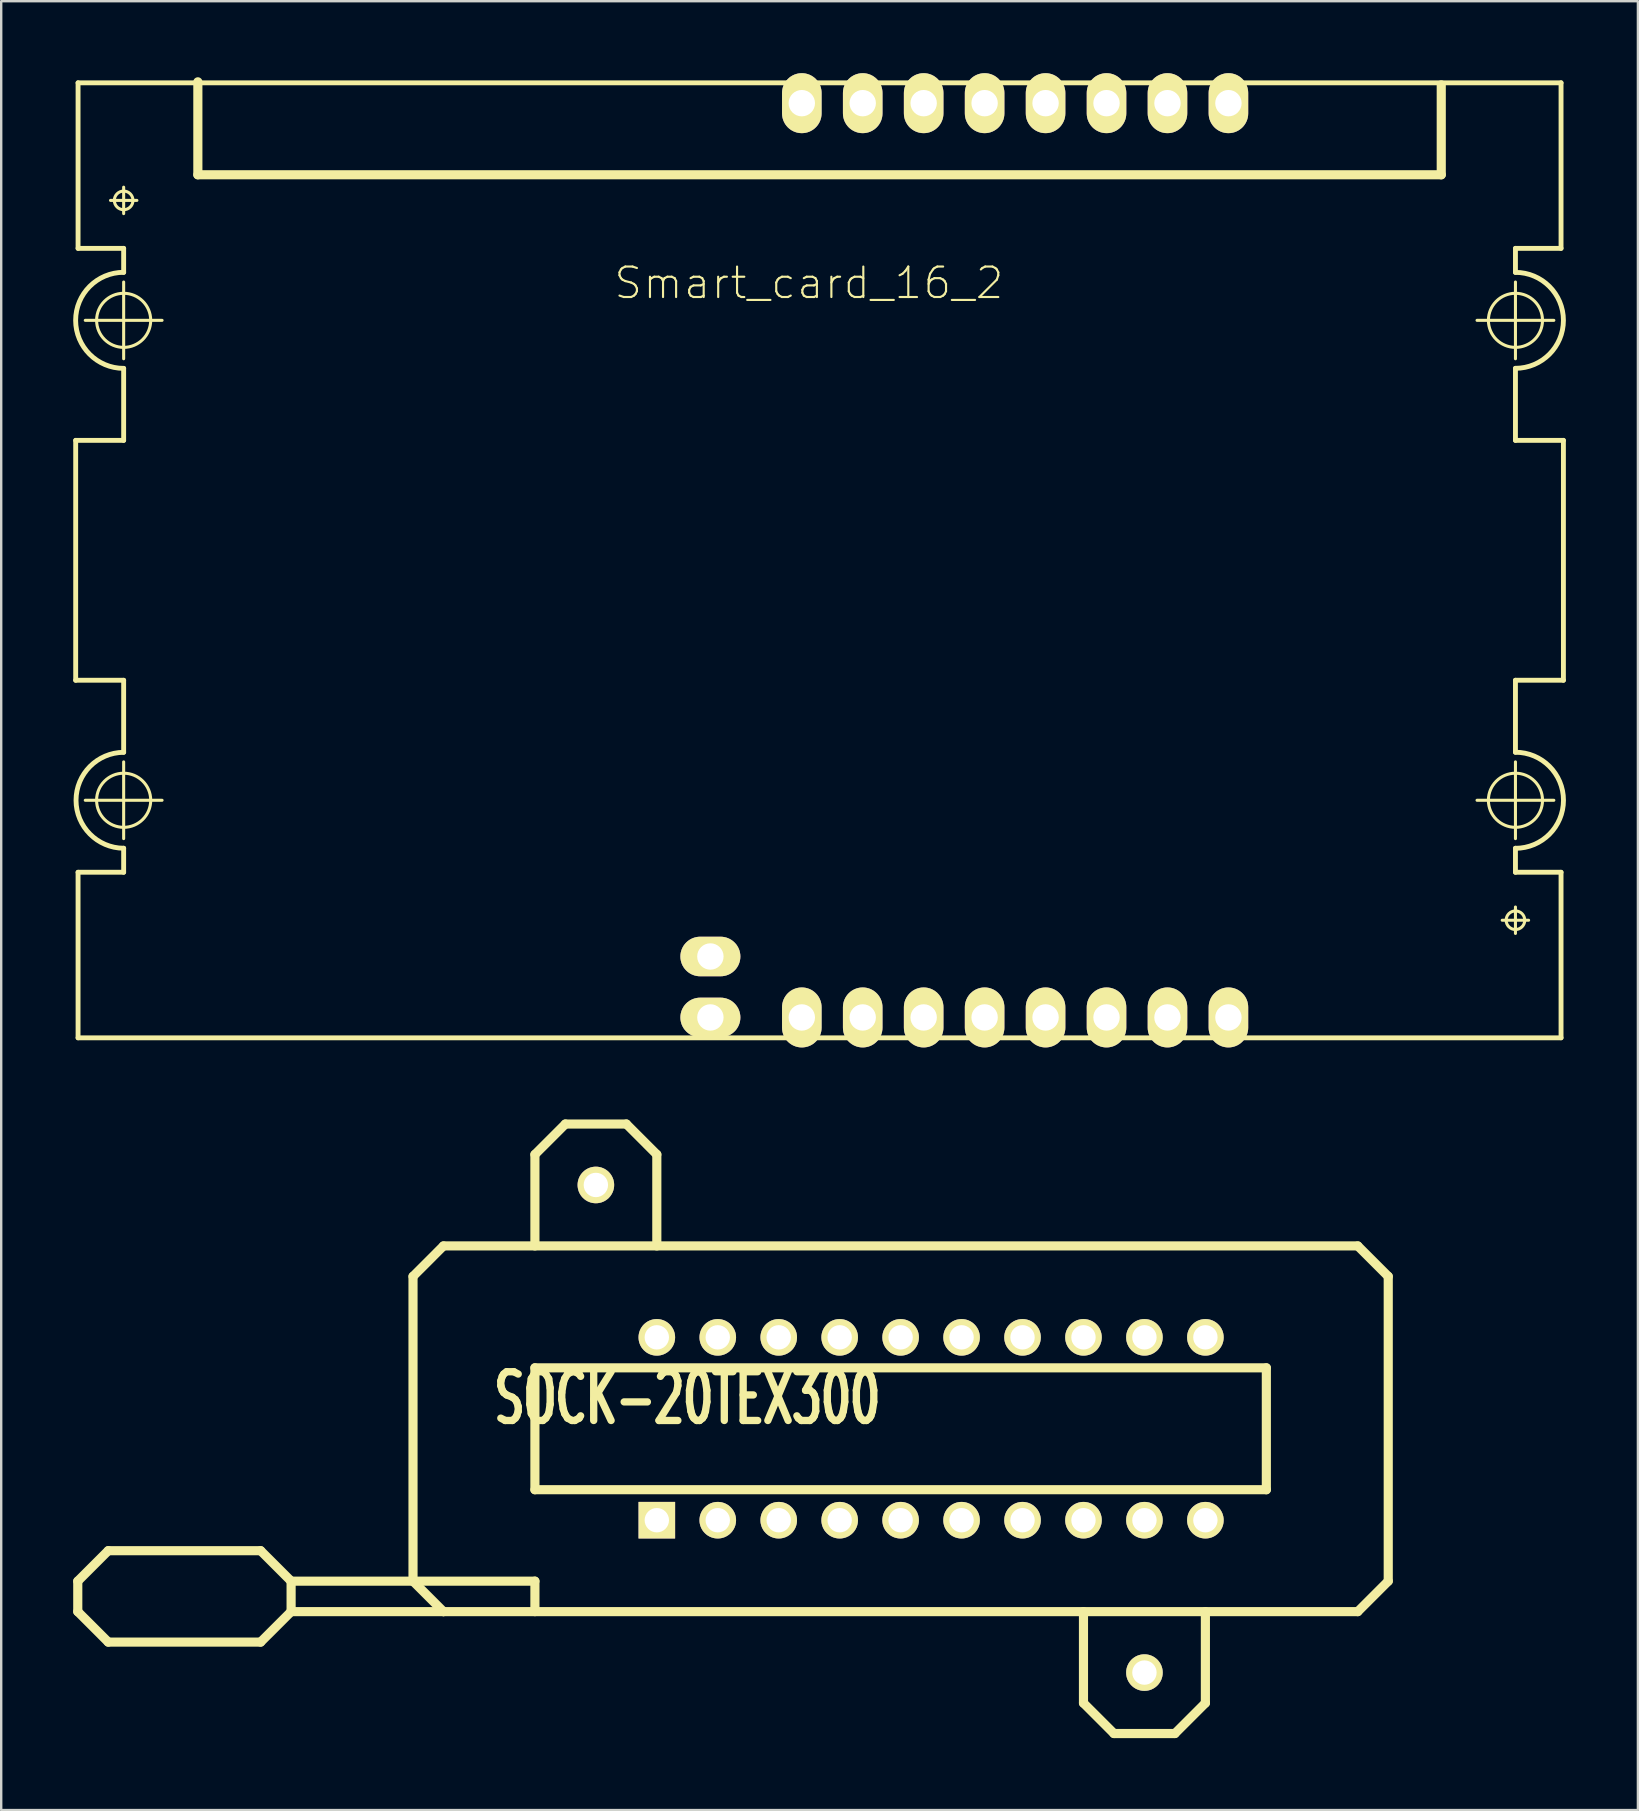
<source format=kicad_pcb>
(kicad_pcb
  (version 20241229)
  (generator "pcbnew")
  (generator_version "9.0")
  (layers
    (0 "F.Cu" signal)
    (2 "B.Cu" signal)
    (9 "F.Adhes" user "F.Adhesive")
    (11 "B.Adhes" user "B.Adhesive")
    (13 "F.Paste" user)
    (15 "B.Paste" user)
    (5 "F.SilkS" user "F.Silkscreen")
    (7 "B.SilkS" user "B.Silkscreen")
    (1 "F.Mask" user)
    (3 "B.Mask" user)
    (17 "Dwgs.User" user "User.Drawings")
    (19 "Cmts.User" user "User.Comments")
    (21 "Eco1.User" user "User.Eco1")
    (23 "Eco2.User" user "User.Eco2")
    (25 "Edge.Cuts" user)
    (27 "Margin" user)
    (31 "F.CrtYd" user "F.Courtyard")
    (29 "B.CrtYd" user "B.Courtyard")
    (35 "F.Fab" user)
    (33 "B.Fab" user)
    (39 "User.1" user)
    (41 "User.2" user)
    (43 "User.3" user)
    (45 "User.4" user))
  (footprint "Smart_card_16_2"
    (layer "F.Cu")
    (at 30.658 20.175)
    (property "Reference" "Smart_card_16_2" (at 0 -11.43 0) (layer "F.SilkS") (effects (font (size 1.27 1.27) (thickness 0.089))))
    (attr exclude_from_pos_files exclude_from_bom)
    (fp_line (start -30.554 -4.874) (end -28.555 -4.874) (stroke (width 0.203) (type solid)) (layer "F.SilkS"))
    (fp_line (start -30.554 5.123) (end -30.554 -4.874) (stroke (width 0.203) (type solid)) (layer "F.SilkS"))
    (fp_line (start -30.455 -12.875) (end -30.455 -19.774) (stroke (width 0.203) (type solid)) (layer "F.SilkS"))
    (fp_line (start -30.455 13.124) (end -28.555 13.124) (stroke (width 0.203) (type solid)) (layer "F.SilkS"))
    (fp_line (start -30.455 20.023) (end -30.455 13.124) (stroke (width 0.203) (type solid)) (layer "F.SilkS"))
    (fp_line (start -30.455 20.023) (end 31.344 20.023) (stroke (width 0.203) (type solid)) (layer "F.SilkS"))
    (fp_line (start -28.555 -14.323) (end -28.555 -15.425) (stroke (width 0.127) (type solid)) (layer "F.SilkS"))
    (fp_line (start -28.555 -12.875) (end -30.455 -12.875) (stroke (width 0.203) (type solid)) (layer "F.SilkS"))
    (fp_line (start -28.555 -11.874) (end -28.555 -12.875) (stroke (width 0.203) (type solid)) (layer "F.SilkS"))
    (fp_line (start -28.555 -8.275) (end -28.555 -11.473) (stroke (width 0.127) (type solid)) (layer "F.SilkS"))
    (fp_line (start -28.555 -4.874) (end -28.555 -7.874) (stroke (width 0.203) (type solid)) (layer "F.SilkS"))
    (fp_line (start -28.555 5.123) (end -30.554 5.123) (stroke (width 0.203) (type solid)) (layer "F.SilkS"))
    (fp_line (start -28.555 8.123) (end -28.555 5.123) (stroke (width 0.203) (type solid)) (layer "F.SilkS"))
    (fp_line (start -28.555 11.722) (end -28.555 8.524) (stroke (width 0.127) (type solid)) (layer "F.SilkS"))
    (fp_line (start -28.555 13.124) (end -28.555 12.123) (stroke (width 0.203) (type solid)) (layer "F.SilkS"))
    (fp_line (start -28.003 -14.874) (end -29.103 -14.874) (stroke (width 0.127) (type solid)) (layer "F.SilkS"))
    (fp_line (start -26.954 -9.876) (end -30.155 -9.876) (stroke (width 0.127) (type solid)) (layer "F.SilkS"))
    (fp_line (start -26.954 10.124) (end -30.155 10.124) (stroke (width 0.127) (type solid)) (layer "F.SilkS"))
    (fp_line (start -25.463 -15.941) (end -25.463 -19.815) (stroke (width 0.381) (type solid)) (layer "F.SilkS"))
    (fp_line (start 26.352 -19.688) (end 26.352 -15.941) (stroke (width 0.381) (type solid)) (layer "F.SilkS"))
    (fp_line (start 26.352 -15.941) (end -25.463 -15.941) (stroke (width 0.381) (type solid)) (layer "F.SilkS"))
    (fp_line (start 29.444 -12.875) (end 31.344 -12.875) (stroke (width 0.203) (type solid)) (layer "F.SilkS"))
    (fp_line (start 29.444 -11.874) (end 29.444 -12.875) (stroke (width 0.203) (type solid)) (layer "F.SilkS"))
    (fp_line (start 29.444 -8.275) (end 29.444 -11.473) (stroke (width 0.127) (type solid)) (layer "F.SilkS"))
    (fp_line (start 29.444 -4.874) (end 29.444 -7.874) (stroke (width 0.203) (type solid)) (layer "F.SilkS"))
    (fp_line (start 29.444 5.123) (end 31.443 5.123) (stroke (width 0.203) (type solid)) (layer "F.SilkS"))
    (fp_line (start 29.444 8.123) (end 29.444 5.123) (stroke (width 0.203) (type solid)) (layer "F.SilkS"))
    (fp_line (start 29.444 11.722) (end 29.444 8.524) (stroke (width 0.127) (type solid)) (layer "F.SilkS"))
    (fp_line (start 29.444 13.124) (end 29.444 12.123) (stroke (width 0.203) (type solid)) (layer "F.SilkS"))
    (fp_line (start 29.444 15.674) (end 29.444 14.572) (stroke (width 0.127) (type solid)) (layer "F.SilkS"))
    (fp_line (start 29.992 15.123) (end 28.892 15.123) (stroke (width 0.127) (type solid)) (layer "F.SilkS"))
    (fp_line (start 31.044 -9.876) (end 27.843 -9.876) (stroke (width 0.127) (type solid)) (layer "F.SilkS"))
    (fp_line (start 31.044 10.124) (end 27.843 10.124) (stroke (width 0.127) (type solid)) (layer "F.SilkS"))
    (fp_line (start 31.344 -19.774) (end -30.455 -19.774) (stroke (width 0.203) (type solid)) (layer "F.SilkS"))
    (fp_line (start 31.344 -12.875) (end 31.344 -19.774) (stroke (width 0.203) (type solid)) (layer "F.SilkS"))
    (fp_line (start 31.344 13.124) (end 29.444 13.124) (stroke (width 0.203) (type solid)) (layer "F.SilkS"))
    (fp_line (start 31.344 20.023) (end 31.344 13.124) (stroke (width 0.203) (type solid)) (layer "F.SilkS"))
    (fp_line (start 31.443 -4.874) (end 29.444 -4.874) (stroke (width 0.203) (type solid)) (layer "F.SilkS"))
    (fp_line (start 31.443 5.123) (end 31.443 -4.874) (stroke (width 0.203) (type solid)) (layer "F.SilkS"))
    (fp_arc (start -28.55468 -7.874) (mid -30.5562 -9.87552) (end -28.55468 -11.87704) (stroke (width 0.2032) (type solid)) (layer "F.SilkS"))
    (fp_arc (start -28.55468 12.12342) (mid -30.55366 10.12444) (end -28.55468 8.12546) (stroke (width 0.2032) (type solid)) (layer "F.SilkS"))
    (fp_arc (start 29.44368 -11.8745) (mid 31.44266 -9.87552) (end 29.44368 -7.87654) (stroke (width 0.2032) (type solid)) (layer "F.SilkS"))
    (fp_arc (start 29.44368 8.12292) (mid 31.4452 10.12444) (end 29.44368 12.12596) (stroke (width 0.2032) (type solid)) (layer "F.SilkS"))
    (fp_circle (center -28.555 -14.874) (end -28.829 -15.149) (stroke (width 0.127) (type solid)) (fill no) (layer "F.SilkS"))
    (fp_circle (center -28.555 -9.876) (end -29.352 -10.673) (stroke (width 0.127) (type solid)) (fill no) (layer "F.SilkS"))
    (fp_circle (center -28.555 10.124) (end -29.352 10.922) (stroke (width 0.127) (type solid)) (fill no) (layer "F.SilkS"))
    (fp_circle (center 29.444 -9.876) (end 30.241 -10.673) (stroke (width 0.127) (type solid)) (fill no) (layer "F.SilkS"))
    (fp_circle (center 29.444 10.124) (end 30.241 10.922) (stroke (width 0.127) (type solid)) (fill no) (layer "F.SilkS"))
    (fp_circle (center 29.444 15.123) (end 29.718 15.397) (stroke (width 0.127) (type solid)) (fill no) (layer "F.SilkS"))
    (fp_text user "" (at 0 5.08 0) (layer "F.SilkS") (effects (font (size 1.27 1.27) (thickness 0.089))))
    (pad "C1" thru_hole oval (at 7.323 19.174 90) (size 2.499 1.648) (drill 1.1) (layers "*.Cu" "F.Mask" "F.SilkS" "F.Paste"))
    (pad "C2" thru_hole oval (at 4.783 19.174 90) (size 2.499 1.648) (drill 1.1) (layers "*.Cu" "F.Mask" "F.SilkS" "F.Paste"))
    (pad "C3" thru_hole oval (at 2.243 19.174 90) (size 2.499 1.648) (drill 1.1) (layers "*.Cu" "F.Mask" "F.SilkS" "F.Paste"))
    (pad "C4" thru_hole oval (at -0.295 19.174 90) (size 2.499 1.648) (drill 1.1) (layers "*.Cu" "F.Mask" "F.SilkS" "F.Paste"))
    (pad "C5" thru_hole oval (at 7.323 -18.926 90) (size 2.499 1.648) (drill 1.1) (layers "*.Cu" "F.Mask" "F.SilkS" "F.Paste"))
    (pad "C6" thru_hole oval (at 4.783 -18.926 90) (size 2.499 1.648) (drill 1.1) (layers "*.Cu" "F.Mask" "F.SilkS" "F.Paste"))
    (pad "C7" thru_hole oval (at 2.243 -18.926 90) (size 2.499 1.648) (drill 1.1) (layers "*.Cu" "F.Mask" "F.SilkS" "F.Paste"))
    (pad "C8" thru_hole oval (at -0.295 -18.926 90) (size 2.499 1.648) (drill 1.1) (layers "*.Cu" "F.Mask" "F.SilkS" "F.Paste"))
    (pad "C_1" thru_hole oval (at 9.863 -18.926 90) (size 2.499 1.648) (drill 1.1) (layers "*.Cu" "F.Mask" "F.SilkS" "F.Paste"))
    (pad "C_2" thru_hole oval (at 12.403 -18.926 90) (size 2.499 1.648) (drill 1.1) (layers "*.Cu" "F.Mask" "F.SilkS" "F.Paste"))
    (pad "C_3" thru_hole oval (at 14.943 -18.926 90) (size 2.499 1.648) (drill 1.1) (layers "*.Cu" "F.Mask" "F.SilkS" "F.Paste"))
    (pad "C_4" thru_hole oval (at 17.483 -18.926 90) (size 2.499 1.648) (drill 1.1) (layers "*.Cu" "F.Mask" "F.SilkS" "F.Paste"))
    (pad "C_5" thru_hole oval (at 9.863 19.174 90) (size 2.499 1.648) (drill 1.1) (layers "*.Cu" "F.Mask" "F.SilkS" "F.Paste"))
    (pad "C_6" thru_hole oval (at 12.403 19.174 90) (size 2.499 1.648) (drill 1.1) (layers "*.Cu" "F.Mask" "F.SilkS" "F.Paste"))
    (pad "C_7" thru_hole oval (at 14.943 19.174 90) (size 2.499 1.648) (drill 1.1) (layers "*.Cu" "F.Mask" "F.SilkS" "F.Paste"))
    (pad "C_8" thru_hole oval (at 17.483 19.174 90) (size 2.499 1.648) (drill 1.1) (layers "*.Cu" "F.Mask" "F.SilkS" "F.Paste"))
    (pad "S1" thru_hole oval (at -4.105 19.174 90) (size 1.648 2.499) (drill 1.1) (layers "*.Cu" "F.Mask" "F.SilkS" "F.Paste"))
    (pad "S2" thru_hole oval (at -4.105 16.634 90) (size 1.648 2.499) (drill 1.1) (layers "*.Cu" "F.Mask" "F.SilkS" "F.Paste")))
  (footprint "SOCK-20TEX300"
    (layer "F.Cu")
    (at 35.751 56.49)
    (property "Reference" "SOCK-20TEX300" (at -10.16 -1.27 180) (layer "F.SilkS") (effects (font (size 2.032 1.27) (thickness 0.305))))
    (attr through_hole)
    (fp_line (start -35.56 6.35) (end -35.56 7.62) (stroke (width 0.381) (type solid)) (layer "F.SilkS"))
    (fp_line (start -35.56 7.62) (end -34.29 8.89) (stroke (width 0.381) (type solid)) (layer "F.SilkS"))
    (fp_line (start -34.29 5.08) (end -35.56 6.35) (stroke (width 0.381) (type solid)) (layer "F.SilkS"))
    (fp_line (start -34.29 8.89) (end -27.94 8.89) (stroke (width 0.381) (type solid)) (layer "F.SilkS"))
    (fp_line (start -27.94 5.08) (end -34.29 5.08) (stroke (width 0.381) (type solid)) (layer "F.SilkS"))
    (fp_line (start -27.94 8.89) (end -26.67 7.62) (stroke (width 0.381) (type solid)) (layer "F.SilkS"))
    (fp_line (start -26.67 6.35) (end -27.94 5.08) (stroke (width 0.381) (type solid)) (layer "F.SilkS"))
    (fp_line (start -26.67 6.35) (end -16.51 6.35) (stroke (width 0.381) (type solid)) (layer "F.SilkS"))
    (fp_line (start -26.67 7.62) (end -26.67 6.35) (stroke (width 0.381) (type solid)) (layer "F.SilkS"))
    (fp_line (start -26.67 7.62) (end -20.32 7.62) (stroke (width 0.381) (type solid)) (layer "F.SilkS"))
    (fp_line (start -21.59 -6.35) (end -20.32 -7.62) (stroke (width 0.381) (type solid)) (layer "F.SilkS"))
    (fp_line (start -21.59 6.35) (end -21.59 -6.35) (stroke (width 0.381) (type solid)) (layer "F.SilkS"))
    (fp_line (start -20.32 -7.62) (end 17.78 -7.62) (stroke (width 0.381) (type solid)) (layer "F.SilkS"))
    (fp_line (start -20.32 7.62) (end -21.59 6.35) (stroke (width 0.381) (type solid)) (layer "F.SilkS"))
    (fp_line (start -16.51 -11.43) (end -16.51 -7.62) (stroke (width 0.381) (type solid)) (layer "F.SilkS"))
    (fp_line (start -16.51 -2.54) (end -16.51 2.54) (stroke (width 0.381) (type solid)) (layer "F.SilkS"))
    (fp_line (start -16.51 2.54) (end 13.97 2.54) (stroke (width 0.381) (type solid)) (layer "F.SilkS"))
    (fp_line (start -16.51 6.35) (end -16.51 7.62) (stroke (width 0.381) (type solid)) (layer "F.SilkS"))
    (fp_line (start -15.24 -12.7) (end -16.51 -11.43) (stroke (width 0.381) (type solid)) (layer "F.SilkS"))
    (fp_line (start -12.7 -12.7) (end -15.24 -12.7) (stroke (width 0.381) (type solid)) (layer "F.SilkS"))
    (fp_line (start -11.43 -11.43) (end -12.7 -12.7) (stroke (width 0.381) (type solid)) (layer "F.SilkS"))
    (fp_line (start -11.43 -7.62) (end -11.43 -11.43) (stroke (width 0.381) (type solid)) (layer "F.SilkS"))
    (fp_line (start 6.35 11.43) (end 6.35 7.62) (stroke (width 0.381) (type solid)) (layer "F.SilkS"))
    (fp_line (start 7.62 12.7) (end 6.35 11.43) (stroke (width 0.381) (type solid)) (layer "F.SilkS"))
    (fp_line (start 10.16 12.7) (end 7.62 12.7) (stroke (width 0.381) (type solid)) (layer "F.SilkS"))
    (fp_line (start 11.43 11.43) (end 10.16 12.7) (stroke (width 0.381) (type solid)) (layer "F.SilkS"))
    (fp_line (start 11.43 11.43) (end 11.43 7.62) (stroke (width 0.381) (type solid)) (layer "F.SilkS"))
    (fp_line (start 13.97 -2.54) (end -16.51 -2.54) (stroke (width 0.381) (type solid)) (layer "F.SilkS"))
    (fp_line (start 13.97 2.54) (end 13.97 -2.54) (stroke (width 0.381) (type solid)) (layer "F.SilkS"))
    (fp_line (start 17.78 -7.62) (end 19.05 -6.35) (stroke (width 0.381) (type solid)) (layer "F.SilkS"))
    (fp_line (start 17.78 7.62) (end -20.32 7.62) (stroke (width 0.381) (type solid)) (layer "F.SilkS"))
    (fp_line (start 19.05 -6.35) (end 19.05 6.35) (stroke (width 0.381) (type solid)) (layer "F.SilkS"))
    (fp_line (start 19.05 6.35) (end 17.78 7.62) (stroke (width 0.381) (type solid)) (layer "F.SilkS"))
    (pad "1" thru_hole rect (at -11.43 3.81) (size 1.524 1.524) (drill 1.016) (layers "*.Cu" "*.Mask" "F.SilkS"))
    (pad "2" thru_hole circle (at -8.89 3.81) (size 1.524 1.524) (drill 1.016) (layers "*.Cu" "*.Mask" "F.SilkS"))
    (pad "3" thru_hole circle (at -6.35 3.81) (size 1.524 1.524) (drill 1.016) (layers "*.Cu" "*.Mask" "F.SilkS"))
    (pad "4" thru_hole circle (at -3.81 3.81) (size 1.524 1.524) (drill 1.016) (layers "*.Cu" "*.Mask" "F.SilkS"))
    (pad "5" thru_hole circle (at -1.27 3.81) (size 1.524 1.524) (drill 1.016) (layers "*.Cu" "*.Mask" "F.SilkS"))
    (pad "6" thru_hole circle (at 1.27 3.81) (size 1.524 1.524) (drill 1.016) (layers "*.Cu" "*.Mask" "F.SilkS"))
    (pad "7" thru_hole circle (at 3.81 3.81) (size 1.524 1.524) (drill 1.016) (layers "*.Cu" "*.Mask" "F.SilkS"))
    (pad "8" thru_hole circle (at 6.35 3.81) (size 1.524 1.524) (drill 1.016) (layers "*.Cu" "*.Mask" "F.SilkS"))
    (pad "9" thru_hole circle (at 8.89 3.81) (size 1.524 1.524) (drill 1.016) (layers "*.Cu" "*.Mask" "F.SilkS"))
    (pad "10" thru_hole circle (at 11.43 3.81) (size 1.524 1.524) (drill 1.016) (layers "*.Cu" "*.Mask" "F.SilkS"))
    (pad "11" thru_hole circle (at 11.43 -3.81) (size 1.524 1.524) (drill 1.016) (layers "*.Cu" "*.Mask" "F.SilkS"))
    (pad "12" thru_hole circle (at 8.89 -3.81) (size 1.524 1.524) (drill 1.016) (layers "*.Cu" "*.Mask" "F.SilkS"))
    (pad "13" thru_hole circle (at 6.35 -3.81) (size 1.524 1.524) (drill 1.016) (layers "*.Cu" "*.Mask" "F.SilkS"))
    (pad "14" thru_hole circle (at 3.81 -3.81) (size 1.524 1.524) (drill 1.016) (layers "*.Cu" "*.Mask" "F.SilkS"))
    (pad "15" thru_hole circle (at 1.27 -3.81) (size 1.524 1.524) (drill 1.016) (layers "*.Cu" "*.Mask" "F.SilkS"))
    (pad "16" thru_hole circle (at -1.27 -3.81) (size 1.524 1.524) (drill 1.016) (layers "*.Cu" "*.Mask" "F.SilkS"))
    (pad "17" thru_hole circle (at -3.81 -3.81) (size 1.524 1.524) (drill 1.016) (layers "*.Cu" "*.Mask" "F.SilkS"))
    (pad "18" thru_hole circle (at -6.35 -3.81) (size 1.524 1.524) (drill 1.016) (layers "*.Cu" "*.Mask" "F.SilkS"))
    (pad "19" thru_hole circle (at -8.89 -3.81) (size 1.524 1.524) (drill 1.016) (layers "*.Cu" "*.Mask" "F.SilkS"))
    (pad "20" thru_hole circle (at -11.43 -3.81) (size 1.524 1.524) (drill 1.016) (layers "*.Cu" "*.Mask" "F.SilkS"))
    (pad "HOLE" thru_hole circle (at -13.97 -10.16) (size 1.524 1.524) (drill 1.016) (layers "*.Cu" "*.Mask" "F.SilkS"))
    (pad "HOLE" thru_hole circle (at 8.89 10.16) (size 1.524 1.524) (drill 1.016) (layers "*.Cu" "*.Mask" "F.SilkS")))
  (gr_rect
    (start -3 -3)
    (end 65.205 72.38)
    (stroke (width 0.1) (type default))
    (fill no)
    (layer "Edge.Cuts")))
</source>
